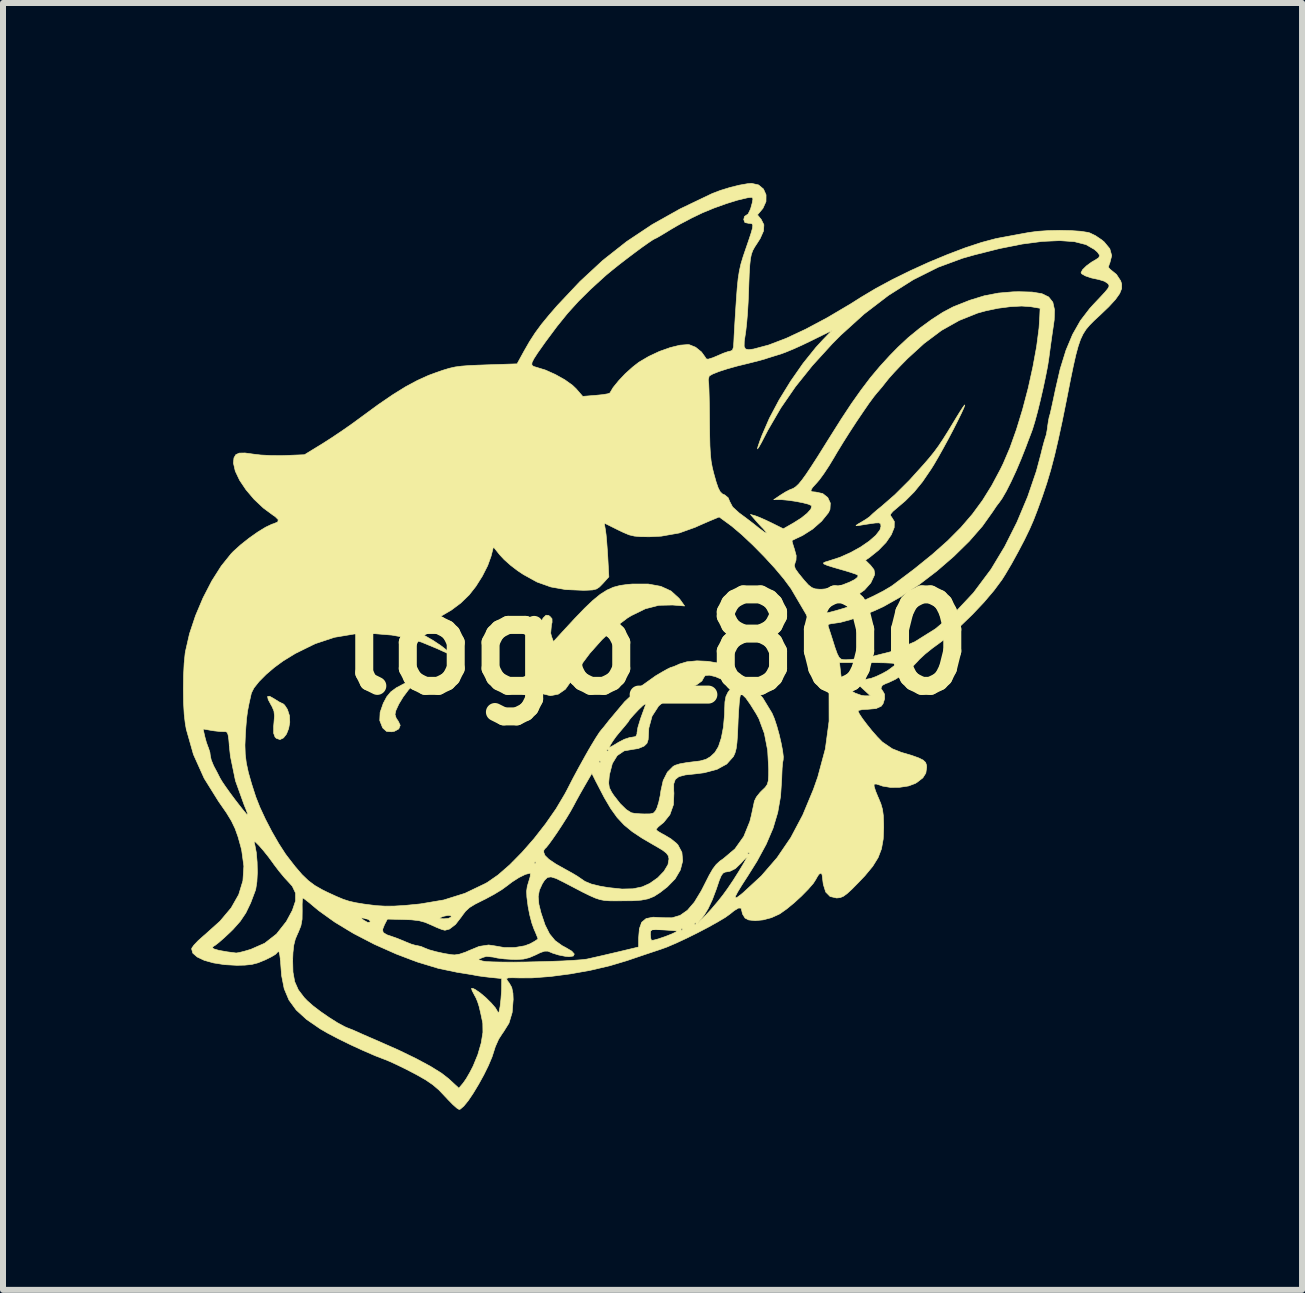
<source format=kicad_pcb>
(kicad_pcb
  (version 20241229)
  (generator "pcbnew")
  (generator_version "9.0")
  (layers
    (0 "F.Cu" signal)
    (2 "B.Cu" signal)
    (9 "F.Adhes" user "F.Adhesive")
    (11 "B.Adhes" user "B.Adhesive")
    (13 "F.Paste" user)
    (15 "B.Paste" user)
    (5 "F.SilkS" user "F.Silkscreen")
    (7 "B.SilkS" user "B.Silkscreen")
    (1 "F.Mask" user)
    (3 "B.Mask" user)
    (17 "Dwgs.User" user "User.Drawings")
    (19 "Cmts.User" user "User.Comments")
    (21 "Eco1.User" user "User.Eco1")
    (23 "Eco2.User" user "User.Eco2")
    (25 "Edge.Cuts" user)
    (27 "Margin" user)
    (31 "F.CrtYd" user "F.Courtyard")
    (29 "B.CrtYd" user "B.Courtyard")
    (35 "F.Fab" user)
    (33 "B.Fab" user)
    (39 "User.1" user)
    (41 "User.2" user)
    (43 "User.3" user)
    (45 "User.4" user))
  (footprint "logo_800"
    (layer "F.Cu")
    (at 7.881 7.688)
    (property "Reference" "logo_800" (at 0 0 0) (layer "F.SilkS") (effects (font (size 1.524 1.524) (thickness 0.3))))
    (attr through_hole)
    (fp_poly (pts (xy -6.363 0.905) (xy -6.361 0.906) (xy -6.285 0.954) (xy -6.23 0.982) (xy -6.219 0.984) (xy -6.189 1.01) (xy -6.148 1.072) (xy -6.141 1.085) (xy -6.108 1.187) (xy -6.103 1.296) (xy -6.122 1.401) (xy -6.158 1.492) (xy -6.208 1.556) (xy -6.266 1.584) (xy -6.327 1.563) (xy -6.349 1.541) (xy -6.372 1.478) (xy -6.372 1.366) (xy -6.367 1.308) (xy -6.358 1.19) (xy -6.367 1.108) (xy -6.398 1.035) (xy -6.411 1.013) (xy -6.463 0.916) (xy -6.473 0.866) (xy -6.439 0.862) (xy -6.363 0.905)) (stroke (width 0.01) (type solid)) (fill yes) (layer "F.SilkS"))
    (fp_poly (pts (xy -3.965 0.588) (xy -4.027 0.651) (xy -4.038 0.661) (xy -4.126 0.756) (xy -4.213 0.872) (xy -4.286 0.992) (xy -4.335 1.098) (xy -4.35 1.164) (xy -4.33 1.228) (xy -4.296 1.277) (xy -4.263 1.346) (xy -4.287 1.406) (xy -4.36 1.446) (xy -4.407 1.454) (xy -4.49 1.448) (xy -4.549 1.396) (xy -4.559 1.381) (xy -4.604 1.266) (xy -4.598 1.131) (xy -4.545 0.979) (xy -4.487 0.87) (xy -4.421 0.79) (xy -4.328 0.721) (xy -4.207 0.657) (xy -4.069 0.592) (xy -3.984 0.558) (xy -3.951 0.557) (xy -3.965 0.588)) (stroke (width 0.01) (type solid)) (fill yes) (layer "F.SilkS"))
    (fp_poly (pts (xy -0.133 -1.008) (xy 0.079 -0.969) (xy 0.249 -0.891) (xy 0.382 -0.77) (xy 0.411 -0.733) (xy 0.475 -0.642) (xy 0.275 -0.658) (xy 0.045 -0.653) (xy -0.18 -0.595) (xy -0.411 -0.482) (xy -0.477 -0.442) (xy -0.687 -0.283) (xy -0.901 -0.081) (xy -1.104 0.147) (xy -1.283 0.386) (xy -1.418 0.614) (xy -1.512 0.746) (xy -1.629 0.827) (xy -1.759 0.853) (xy -1.894 0.82) (xy -1.895 0.82) (xy -1.963 0.764) (xy -2.009 0.668) (xy -2.037 0.525) (xy -2.047 0.329) (xy -2.047 0.286) (xy -2.035 0.051) (xy -2 -0.158) (xy -1.947 -0.328) (xy -1.881 -0.442) (xy -1.834 -0.488) (xy -1.793 -0.485) (xy -1.77 -0.47) (xy -1.734 -0.429) (xy -1.733 -0.37) (xy -1.744 -0.323) (xy -1.756 -0.189) (xy -1.742 -0.133) (xy -1.71 -0.048) (xy -1.551 -0.222) (xy -1.353 -0.436) (xy -1.189 -0.606) (xy -1.051 -0.737) (xy -0.93 -0.836) (xy -0.819 -0.906) (xy -0.712 -0.954) (xy -0.599 -0.984) (xy -0.473 -1.001) (xy -0.391 -1.008) (xy -0.133 -1.008)) (stroke (width 0.01) (type solid)) (fill yes) (layer "F.SilkS"))
    (fp_poly (pts (xy 1.707 -7.657) (xy 1.789 -7.589) (xy 1.832 -7.492) (xy 1.831 -7.38) (xy 1.78 -7.267) (xy 1.765 -7.249) (xy 1.689 -7.158) (xy 1.752 -7.081) (xy 1.796 -6.993) (xy 1.79 -6.89) (xy 1.734 -6.764) (xy 1.685 -6.687) (xy 1.643 -6.623) (xy 1.611 -6.565) (xy 1.588 -6.503) (xy 1.572 -6.425) (xy 1.561 -6.321) (xy 1.552 -6.179) (xy 1.545 -5.989) (xy 1.542 -5.897) (xy 1.534 -5.705) (xy 1.523 -5.518) (xy 1.509 -5.352) (xy 1.495 -5.226) (xy 1.49 -5.19) (xy 1.469 -5.052) (xy 1.467 -4.966) (xy 1.49 -4.923) (xy 1.543 -4.912) (xy 1.625 -4.923) (xy 1.876 -4.99) (xy 2.167 -5.101) (xy 2.494 -5.254) (xy 2.854 -5.446) (xy 3.243 -5.676) (xy 3.413 -5.784) (xy 3.658 -5.93) (xy 3.936 -6.08) (xy 4.237 -6.228) (xy 4.549 -6.37) (xy 4.858 -6.498) (xy 5.153 -6.61) (xy 5.423 -6.699) (xy 5.655 -6.761) (xy 5.715 -6.773) (xy 5.877 -6.803) (xy 6.049 -6.835) (xy 6.197 -6.862) (xy 6.207 -6.864) (xy 6.357 -6.884) (xy 6.536 -6.896) (xy 6.726 -6.9) (xy 6.911 -6.896) (xy 7.073 -6.885) (xy 7.195 -6.866) (xy 7.224 -6.858) (xy 7.32 -6.812) (xy 7.425 -6.741) (xy 7.465 -6.708) (xy 7.559 -6.594) (xy 7.591 -6.479) (xy 7.56 -6.358) (xy 7.553 -6.343) (xy 7.535 -6.287) (xy 7.564 -6.251) (xy 7.569 -6.248) (xy 7.67 -6.166) (xy 7.74 -6.059) (xy 7.757 -6.006) (xy 7.757 -5.931) (xy 7.724 -5.848) (xy 7.654 -5.749) (xy 7.542 -5.627) (xy 7.384 -5.476) (xy 7.379 -5.472) (xy 7.293 -5.392) (xy 7.222 -5.32) (xy 7.163 -5.25) (xy 7.114 -5.173) (xy 7.071 -5.082) (xy 7.032 -4.968) (xy 6.993 -4.824) (xy 6.952 -4.643) (xy 6.905 -4.416) (xy 6.85 -4.136) (xy 6.839 -4.08) (xy 6.767 -3.723) (xy 6.701 -3.418) (xy 6.639 -3.151) (xy 6.576 -2.911) (xy 6.509 -2.686) (xy 6.435 -2.465) (xy 6.351 -2.234) (xy 6.288 -2.071) (xy 6.224 -1.924) (xy 6.136 -1.742) (xy 6.032 -1.544) (xy 5.924 -1.347) (xy 5.82 -1.171) (xy 5.762 -1.079) (xy 5.629 -0.9) (xy 5.46 -0.701) (xy 5.27 -0.5) (xy 5.072 -0.309) (xy 4.882 -0.144) (xy 4.733 -0.033) (xy 4.604 0.061) (xy 4.482 0.159) (xy 4.387 0.247) (xy 4.354 0.284) (xy 4.252 0.39) (xy 4.122 0.494) (xy 3.985 0.581) (xy 3.862 0.639) (xy 3.834 0.647) (xy 3.768 0.681) (xy 3.746 0.73) (xy 3.776 0.776) (xy 3.778 0.778) (xy 3.806 0.828) (xy 3.807 0.906) (xy 3.782 0.985) (xy 3.752 1.027) (xy 3.665 1.067) (xy 3.53 1.079) (xy 3.437 1.084) (xy 3.378 1.097) (xy 3.365 1.108) (xy 3.385 1.154) (xy 3.437 1.233) (xy 3.512 1.332) (xy 3.597 1.438) (xy 3.684 1.537) (xy 3.761 1.616) (xy 3.772 1.626) (xy 3.935 1.737) (xy 4.086 1.797) (xy 4.257 1.847) (xy 4.374 1.889) (xy 4.449 1.926) (xy 4.49 1.965) (xy 4.506 2.012) (xy 4.508 2.045) (xy 4.494 2.143) (xy 4.444 2.222) (xy 4.347 2.297) (xy 4.318 2.315) (xy 4.205 2.357) (xy 4.059 2.379) (xy 3.906 2.381) (xy 3.773 2.359) (xy 3.732 2.344) (xy 3.667 2.324) (xy 3.631 2.328) (xy 3.633 2.365) (xy 3.657 2.442) (xy 3.699 2.544) (xy 3.701 2.547) (xy 3.745 2.653) (xy 3.772 2.747) (xy 3.786 2.851) (xy 3.791 2.987) (xy 3.792 3.048) (xy 3.784 3.242) (xy 3.755 3.405) (xy 3.699 3.551) (xy 3.609 3.696) (xy 3.479 3.853) (xy 3.375 3.962) (xy 3.262 4.077) (xy 3.18 4.152) (xy 3.119 4.196) (xy 3.067 4.217) (xy 3.012 4.223) (xy 3.006 4.223) (xy 2.899 4.198) (xy 2.826 4.124) (xy 2.786 3.997) (xy 2.782 3.967) (xy 2.772 3.886) (xy 2.766 3.836) (xy 2.766 3.834) (xy 2.746 3.808) (xy 2.711 3.83) (xy 2.672 3.893) (xy 2.667 3.905) (xy 2.62 3.979) (xy 2.534 4.078) (xy 2.423 4.191) (xy 2.3 4.304) (xy 2.177 4.405) (xy 2.067 4.483) (xy 2.05 4.493) (xy 1.922 4.551) (xy 1.783 4.588) (xy 1.651 4.601) (xy 1.542 4.589) (xy 1.482 4.558) (xy 1.44 4.49) (xy 1.429 4.443) (xy 1.416 4.393) (xy 1.375 4.39) (xy 1.301 4.434) (xy 1.237 4.486) (xy 1.154 4.546) (xy 1.025 4.623) (xy 0.865 4.712) (xy 0.687 4.805) (xy 0.505 4.895) (xy 0.331 4.976) (xy 0.179 5.041) (xy 0.079 5.077) (xy -0.029 5.113) (xy -0.176 5.162) (xy -0.342 5.218) (xy -0.486 5.267) (xy -0.774 5.353) (xy -1.095 5.428) (xy -1.43 5.488) (xy -1.759 5.531) (xy -2.063 5.554) (xy -2.269 5.555) (xy -2.394 5.552) (xy -2.465 5.554) (xy -2.491 5.567) (xy -2.481 5.595) (xy -2.447 5.64) (xy -2.405 5.714) (xy -2.385 5.811) (xy -2.381 5.914) (xy -2.398 6.131) (xy -2.451 6.308) (xy -2.546 6.46) (xy -2.554 6.469) (xy -2.623 6.576) (xy -2.679 6.702) (xy -2.693 6.747) (xy -2.733 6.871) (xy -2.794 7.016) (xy -2.871 7.172) (xy -2.957 7.328) (xy -3.045 7.474) (xy -3.129 7.599) (xy -3.204 7.691) (xy -3.262 7.741) (xy -3.281 7.747) (xy -3.318 7.725) (xy -3.386 7.665) (xy -3.471 7.578) (xy -3.513 7.533) (xy -3.617 7.423) (xy -3.72 7.335) (xy -3.84 7.253) (xy -3.995 7.165) (xy -4.035 7.144) (xy -4.182 7.068) (xy -4.324 6.999) (xy -4.442 6.945) (xy -4.508 6.918) (xy -4.679 6.852) (xy -4.878 6.766) (xy -5.089 6.669) (xy -5.293 6.569) (xy -5.472 6.475) (xy -5.595 6.404) (xy -5.823 6.247) (xy -5.995 6.09) (xy -6.117 5.923) (xy -6.196 5.735) (xy -6.239 5.517) (xy -6.249 5.39) (xy -6.258 5.266) (xy -6.259 5.255) (xy -6.055 5.255) (xy -6.05 5.458) (xy -6.021 5.618) (xy -5.961 5.753) (xy -5.864 5.881) (xy -5.812 5.935) (xy -5.716 6.02) (xy -5.589 6.117) (xy -5.447 6.215) (xy -5.309 6.302) (xy -5.193 6.365) (xy -5.148 6.385) (xy -5.056 6.421) (xy -4.969 6.459) (xy -4.894 6.493) (xy -4.782 6.542) (xy -4.656 6.596) (xy -4.636 6.605) (xy -4.292 6.757) (xy -3.999 6.899) (xy -3.759 7.028) (xy -3.574 7.143) (xy -3.455 7.236) (xy -3.286 7.392) (xy -3.215 7.308) (xy -3.164 7.235) (xy -3.102 7.128) (xy -3.048 7.023) (xy -2.97 6.833) (xy -2.914 6.64) (xy -2.885 6.462) (xy -2.887 6.316) (xy -2.89 6.295) (xy -2.923 6.139) (xy -2.949 6.029) (xy -2.974 5.951) (xy -3.001 5.887) (xy -3.022 5.849) (xy -3.065 5.766) (xy -3.075 5.729) (xy -3.049 5.731) (xy -3.012 5.749) (xy -2.932 5.804) (xy -2.838 5.883) (xy -2.748 5.972) (xy -2.678 6.053) (xy -2.646 6.107) (xy -2.63 6.138) (xy -2.617 6.12) (xy -2.602 6.046) (xy -2.599 6.032) (xy -2.585 5.909) (xy -2.575 5.771) (xy -2.574 5.727) (xy -2.572 5.565) (xy -2.754 5.547) (xy -2.866 5.534) (xy -2.96 5.521) (xy -3 5.514) (xy -3.061 5.502) (xy -3.165 5.485) (xy -3.29 5.465) (xy -3.311 5.462) (xy -3.627 5.396) (xy -3.973 5.291) (xy -4.089 5.248) (xy -2.969 5.248) (xy -2.889 5.274) (xy -2.828 5.283) (xy -2.715 5.288) (xy -2.56 5.291) (xy -2.375 5.292) (xy -2.171 5.29) (xy -1.958 5.285) (xy -1.747 5.279) (xy -1.55 5.272) (xy -1.378 5.262) (xy -1.241 5.252) (xy -1.151 5.241) (xy -1.143 5.239) (xy -1.036 5.215) (xy -0.891 5.182) (xy -0.729 5.144) (xy -0.63 5.121) (xy -0.292 5.04) (xy -0.291 4.892) (xy -0.286 4.827) (xy -0.095 4.827) (xy -0.089 4.895) (xy -0.078 4.928) (xy -0.042 4.926) (xy 0.037 4.905) (xy 0.143 4.869) (xy 0.162 4.862) (xy 0.263 4.822) (xy 0.328 4.791) (xy 0.347 4.774) (xy 0.344 4.772) (xy 0.291 4.767) (xy 0.197 4.76) (xy 0.103 4.754) (xy -0.005 4.749) (xy -0.064 4.753) (xy -0.089 4.772) (xy -0.095 4.811) (xy -0.095 4.827) (xy -0.286 4.827) (xy -0.279 4.747) (xy 0.413 4.747) (xy 0.429 4.763) (xy 0.445 4.747) (xy 0.429 4.731) (xy 0.413 4.747) (xy -0.279 4.747) (xy -0.278 4.734) (xy -0.248 4.651) (xy 0.635 4.651) (xy 0.651 4.667) (xy 0.667 4.651) (xy 0.691 4.651) (xy 0.83 4.508) (xy 0.923 4.406) (xy 1.029 4.281) (xy 1.113 4.175) (xy 1.195 4.062) (xy 1.288 3.924) (xy 1.38 3.778) (xy 1.46 3.645) (xy 1.516 3.544) (xy 1.518 3.54) (xy 1.508 3.544) (xy 1.466 3.586) (xy 1.417 3.641) (xy 1.32 3.734) (xy 1.232 3.778) (xy 1.198 3.784) (xy 1.15 3.792) (xy 1.114 3.811) (xy 1.084 3.854) (xy 1.052 3.931) (xy 1.01 4.056) (xy 1 4.085) (xy 0.937 4.252) (xy 0.867 4.401) (xy 0.8 4.511) (xy 0.798 4.513) (xy 0.691 4.651) (xy 0.667 4.651) (xy 0.651 4.636) (xy 0.635 4.651) (xy -0.248 4.651) (xy -0.24 4.628) (xy -0.166 4.566) (xy -0.05 4.543) (xy 0.115 4.552) (xy 0.267 4.553) (xy 0.401 4.513) (xy 0.522 4.428) (xy 0.638 4.293) (xy 0.754 4.102) (xy 0.81 3.992) (xy 0.885 3.844) (xy 0.945 3.74) (xy 1 3.667) (xy 1.06 3.611) (xy 1.121 3.568) (xy 1.229 3.477) (xy 1.524 3.477) (xy 1.54 3.493) (xy 1.556 3.477) (xy 1.54 3.461) (xy 1.524 3.477) (xy 1.229 3.477) (xy 1.314 3.405) (xy 1.461 3.198) (xy 1.562 2.949) (xy 1.585 2.857) (xy 1.609 2.746) (xy 1.63 2.649) (xy 1.638 2.609) (xy 1.671 2.542) (xy 1.734 2.463) (xy 1.764 2.433) (xy 1.819 2.38) (xy 1.852 2.332) (xy 1.869 2.272) (xy 1.875 2.18) (xy 1.876 2.079) (xy 1.859 1.765) (xy 1.804 1.482) (xy 1.714 1.238) (xy 1.67 1.157) (xy 1.57 0.997) (xy 1.495 0.891) (xy 1.441 0.839) (xy 1.408 0.835) (xy 1.407 0.836) (xy 1.397 0.876) (xy 1.386 0.967) (xy 1.376 1.097) (xy 1.367 1.254) (xy 1.365 1.312) (xy 1.357 1.501) (xy 1.347 1.638) (xy 1.334 1.736) (xy 1.315 1.807) (xy 1.29 1.863) (xy 1.286 1.869) (xy 1.177 1.991) (xy 1.015 2.08) (xy 0.8 2.137) (xy 0.647 2.156) (xy 0.487 2.173) (xy 0.381 2.201) (xy 0.32 2.248) (xy 0.294 2.322) (xy 0.294 2.434) (xy 0.297 2.477) (xy 0.289 2.669) (xy 0.23 2.835) (xy 0.125 2.966) (xy 0.098 2.987) (xy 0.035 3.039) (xy 0.002 3.078) (xy 0 3.083) (xy 0.026 3.109) (xy 0.093 3.149) (xy 0.142 3.175) (xy 0.246 3.237) (xy 0.339 3.312) (xy 0.364 3.339) (xy 0.43 3.463) (xy 0.443 3.606) (xy 0.404 3.757) (xy 0.317 3.905) (xy 0.184 4.041) (xy 0.183 4.041) (xy 0.065 4.133) (xy -0.035 4.197) (xy -0.134 4.237) (xy -0.248 4.259) (xy -0.394 4.269) (xy -0.557 4.27) (xy -0.684 4.271) (xy -0.781 4.27) (xy -0.861 4.264) (xy -0.935 4.25) (xy -1.013 4.224) (xy -1.106 4.183) (xy -1.226 4.124) (xy -1.383 4.042) (xy -1.54 3.96) (xy -1.665 3.898) (xy -1.75 3.872) (xy -1.809 3.88) (xy -1.857 3.926) (xy -1.895 3.985) (xy -1.945 4.094) (xy -1.964 4.201) (xy -1.953 4.327) (xy -1.917 4.472) (xy -1.85 4.672) (xy -1.775 4.821) (xy -1.683 4.933) (xy -1.565 5.018) (xy -1.503 5.051) (xy -1.405 5.109) (xy -1.363 5.157) (xy -1.379 5.19) (xy -1.45 5.201) (xy -1.513 5.195) (xy -1.624 5.173) (xy -1.724 5.142) (xy -1.749 5.131) (xy -1.804 5.109) (xy -1.857 5.109) (xy -1.928 5.133) (xy -2.006 5.171) (xy -2.113 5.217) (xy -2.21 5.241) (xy -2.326 5.248) (xy -2.403 5.246) (xy -2.53 5.238) (xy -2.641 5.224) (xy -2.713 5.208) (xy -2.826 5.196) (xy -2.881 5.212) (xy -2.969 5.248) (xy -4.089 5.248) (xy -4.333 5.155) (xy -4.693 4.995) (xy -5.038 4.816) (xy -5.151 4.748) (xy -4.557 4.748) (xy -4.547 4.798) (xy -4.486 4.836) (xy -4.421 4.858) (xy -4.313 4.896) (xy -4.195 4.944) (xy -4.168 4.956) (xy -4.076 4.993) (xy -4.002 5.014) (xy -3.983 5.016) (xy -3.916 5.031) (xy -3.863 5.054) (xy -3.783 5.086) (xy -3.663 5.119) (xy -3.531 5.148) (xy -3.409 5.168) (xy -3.356 5.172) (xy -3.274 5.159) (xy -3.171 5.124) (xy -3.134 5.107) (xy -2.948 5.03) (xy -2.79 5.006) (xy -2.689 5.021) (xy -2.528 5.049) (xy -2.352 5.048) (xy -2.189 5.02) (xy -2.098 4.986) (xy -2.021 4.943) (xy -1.974 4.911) (xy -1.968 4.903) (xy -1.981 4.867) (xy -2.011 4.793) (xy -2.033 4.744) (xy -2.07 4.641) (xy -2.106 4.503) (xy -2.134 4.358) (xy -2.135 4.346) (xy -2.153 4.207) (xy -2.157 4.109) (xy -2.146 4.029) (xy -2.122 3.95) (xy -2.098 3.869) (xy -2.094 3.818) (xy -2.1 3.81) (xy -2.178 3.83) (xy -2.284 3.882) (xy -2.401 3.957) (xy -2.475 4.014) (xy -2.571 4.084) (xy -2.701 4.163) (xy -2.842 4.239) (xy -2.881 4.258) (xy -3.016 4.326) (xy -3.109 4.383) (xy -3.175 4.444) (xy -3.232 4.519) (xy -3.24 4.532) (xy -3.342 4.664) (xy -3.443 4.741) (xy -3.518 4.761) (xy -3.567 4.749) (xy -3.653 4.715) (xy -3.741 4.675) (xy -3.848 4.629) (xy -3.951 4.601) (xy -4.074 4.587) (xy -4.199 4.582) (xy -4.477 4.575) (xy -4.526 4.67) (xy -4.557 4.748) (xy -5.151 4.748) (xy -5.352 4.626) (xy -5.438 4.565) (xy -4.908 4.565) (xy -4.875 4.591) (xy -4.804 4.631) (xy -4.767 4.625) (xy -4.763 4.607) (xy -4.79 4.582) (xy -4.849 4.563) (xy -4.875 4.559) (xy -3.606 4.559) (xy -3.586 4.567) (xy -3.534 4.57) (xy -3.458 4.562) (xy -3.414 4.541) (xy -3.413 4.54) (xy -3.42 4.517) (xy -3.468 4.513) (xy -3.54 4.528) (xy -3.572 4.54) (xy -3.606 4.559) (xy -4.875 4.559) (xy -4.907 4.554) (xy -4.908 4.565) (xy -5.438 4.565) (xy -5.623 4.432) (xy -5.689 4.377) (xy -5.777 4.303) (xy -5.847 4.248) (xy -5.883 4.223) (xy -5.885 4.223) (xy -5.893 4.252) (xy -5.897 4.328) (xy -5.896 4.435) (xy -5.896 4.437) (xy -5.898 4.578) (xy -5.918 4.687) (xy -5.962 4.797) (xy -5.969 4.81) (xy -6.011 4.908) (xy -6.036 5.008) (xy -6.05 5.133) (xy -6.055 5.255) (xy -6.259 5.255) (xy -6.27 5.17) (xy -6.284 5.118) (xy -6.29 5.112) (xy -6.318 5.135) (xy -6.318 5.139) (xy -6.345 5.165) (xy -6.415 5.206) (xy -6.514 5.255) (xy -6.517 5.256) (xy -6.632 5.303) (xy -6.735 5.33) (xy -6.852 5.342) (xy -6.985 5.345) (xy -7.189 5.334) (xy -7.373 5.305) (xy -7.528 5.262) (xy -7.646 5.206) (xy -7.719 5.142) (xy -7.738 5.073) (xy -7.735 5.059) (xy -7.726 5.046) (xy -7.397 5.046) (xy -7.369 5.071) (xy -7.284 5.096) (xy -7.148 5.12) (xy -6.996 5.14) (xy -6.949 5.133) (xy -6.861 5.111) (xy -6.753 5.079) (xy -6.521 4.977) (xy -6.324 4.823) (xy -6.16 4.615) (xy -6.06 4.429) (xy -6.007 4.272) (xy -6.007 4.141) (xy -6.061 4.027) (xy -6.115 3.967) (xy -6.191 3.885) (xy -6.283 3.774) (xy -6.372 3.657) (xy -6.375 3.651) (xy -6.459 3.537) (xy -6.544 3.431) (xy -6.611 3.354) (xy -6.615 3.35) (xy -6.673 3.292) (xy -6.696 3.278) (xy -6.694 3.305) (xy -6.686 3.334) (xy -6.661 3.465) (xy -6.647 3.626) (xy -6.643 3.796) (xy -6.651 3.953) (xy -6.67 4.075) (xy -6.676 4.096) (xy -6.755 4.306) (xy -6.835 4.472) (xy -6.929 4.612) (xy -7.048 4.746) (xy -7.1 4.797) (xy -7.2 4.89) (xy -7.287 4.966) (xy -7.348 5.013) (xy -7.366 5.023) (xy -7.397 5.046) (xy -7.726 5.046) (xy -7.701 5.01) (xy -7.631 4.936) (xy -7.537 4.852) (xy -7.512 4.831) (xy -7.265 4.609) (xy -7.08 4.389) (xy -6.954 4.167) (xy -6.884 3.937) (xy -6.868 3.693) (xy -6.904 3.429) (xy -6.919 3.369) (xy -6.965 3.204) (xy -7.014 3.067) (xy -7.075 2.94) (xy -7.157 2.805) (xy -7.27 2.642) (xy -7.289 2.615) (xy -7.529 2.23) (xy -7.708 1.832) (xy -7.825 1.42) (xy -7.828 1.407) (xy -7.547 1.407) (xy -7.519 1.533) (xy -7.493 1.629) (xy -7.465 1.706) (xy -7.46 1.717) (xy -7.434 1.796) (xy -7.428 1.847) (xy -7.412 1.923) (xy -7.374 2.016) (xy -7.366 2.032) (xy -7.313 2.131) (xy -7.265 2.226) (xy -7.261 2.233) (xy -7.228 2.288) (xy -7.17 2.373) (xy -7.097 2.475) (xy -7.016 2.584) (xy -6.937 2.686) (xy -6.869 2.772) (xy -6.821 2.828) (xy -6.802 2.843) (xy -6.808 2.812) (xy -6.835 2.741) (xy -6.861 2.679) (xy -7.008 2.27) (xy -7.092 1.863) (xy -7.108 1.714) (xy -7.111 1.678) (xy -6.85 1.678) (xy -6.845 1.829) (xy -6.827 1.975) (xy -6.793 2.133) (xy -6.74 2.319) (xy -6.669 2.54) (xy -6.602 2.71) (xy -6.509 2.91) (xy -6.4 3.12) (xy -6.286 3.318) (xy -6.179 3.484) (xy -6.152 3.521) (xy -6.015 3.698) (xy -5.9 3.832) (xy -5.794 3.934) (xy -5.686 4.015) (xy -5.562 4.086) (xy -5.477 4.128) (xy -5.327 4.197) (xy -5.213 4.245) (xy -5.114 4.277) (xy -5.009 4.301) (xy -4.877 4.323) (xy -4.81 4.332) (xy -4.66 4.351) (xy -4.516 4.359) (xy -4.362 4.358) (xy -4.182 4.347) (xy -3.958 4.325) (xy -3.921 4.321) (xy -3.537 4.256) (xy -3.184 4.145) (xy -2.844 3.982) (xy -2.81 3.963) (xy -2.633 3.84) (xy -2.439 3.671) (xy -2.403 3.635) (xy -2.032 3.635) (xy -2.016 3.651) (xy -2 3.635) (xy -2.016 3.619) (xy -2.032 3.635) (xy -2.403 3.635) (xy -2.236 3.465) (xy -2.23 3.459) (xy -1.873 3.459) (xy -1.852 3.514) (xy -1.786 3.579) (xy -1.669 3.658) (xy -1.499 3.753) (xy -1.396 3.81) (xy -1.312 3.86) (xy -1.27 3.889) (xy -1.185 3.947) (xy -1.079 3.991) (xy -0.936 4.026) (xy -0.795 4.05) (xy -0.568 4.074) (xy -0.385 4.07) (xy -0.232 4.038) (xy -0.106 3.981) (xy 0.027 3.887) (xy 0.132 3.778) (xy 0.198 3.668) (xy 0.215 3.572) (xy 0.204 3.521) (xy 0.172 3.476) (xy 0.109 3.427) (xy 0.004 3.364) (xy -0.032 3.344) (xy -0.234 3.226) (xy -0.398 3.117) (xy -0.532 3.007) (xy -0.648 2.883) (xy -0.755 2.734) (xy -0.863 2.551) (xy -0.983 2.32) (xy -0.989 2.308) (xy -0.79 2.308) (xy -0.779 2.385) (xy -0.741 2.46) (xy -0.706 2.513) (xy -0.599 2.65) (xy -0.497 2.75) (xy -0.413 2.803) (xy -0.355 2.814) (xy -0.26 2.821) (xy -0.198 2.823) (xy -0.099 2.822) (xy -0.043 2.808) (xy -0.009 2.771) (xy 0.015 2.723) (xy 0.044 2.631) (xy 0.07 2.51) (xy 0.08 2.438) (xy 0.118 2.267) (xy 0.189 2.126) (xy 0.285 2.03) (xy 0.319 2.012) (xy 0.392 1.989) (xy 0.502 1.969) (xy 0.595 1.957) (xy 0.734 1.94) (xy 0.831 1.913) (xy 0.907 1.868) (xy 0.98 1.799) (xy 1.039 1.702) (xy 1.087 1.556) (xy 1.122 1.374) (xy 1.14 1.17) (xy 1.142 1.092) (xy 1.147 0.956) (xy 1.164 0.865) (xy 1.196 0.799) (xy 1.206 0.785) (xy 1.25 0.724) (xy 1.27 0.687) (xy 1.27 0.686) (xy 1.244 0.663) (xy 1.177 0.622) (xy 1.112 0.588) (xy 0.988 0.535) (xy 0.886 0.511) (xy 0.818 0.517) (xy 0.794 0.552) (xy 0.763 0.608) (xy 0.676 0.671) (xy 0.536 0.739) (xy 0.414 0.786) (xy 0.203 0.888) (xy 0.042 1.025) (xy -0.067 1.194) (xy -0.121 1.392) (xy -0.126 1.481) (xy -0.132 1.584) (xy -0.152 1.646) (xy -0.196 1.689) (xy -0.205 1.695) (xy -0.297 1.733) (xy -0.381 1.746) (xy -0.532 1.772) (xy -0.648 1.851) (xy -0.729 1.983) (xy -0.777 2.169) (xy -0.781 2.2) (xy -0.79 2.308) (xy -0.989 2.308) (xy -1 2.288) (xy -1.07 2.147) (xy -1.198 2.368) (xy -1.267 2.489) (xy -1.331 2.605) (xy -1.377 2.692) (xy -1.381 2.699) (xy -1.427 2.782) (xy -1.492 2.89) (xy -1.569 3.011) (xy -1.649 3.133) (xy -1.726 3.244) (xy -1.79 3.332) (xy -1.834 3.386) (xy -1.848 3.397) (xy -1.869 3.424) (xy -1.873 3.459) (xy -2.23 3.459) (xy -2.033 3.234) (xy -1.841 2.988) (xy -1.667 2.738) (xy -1.522 2.494) (xy -1.487 2.429) (xy -1.387 2.234) (xy -1.282 2.039) (xy -1.234 1.953) (xy -0.953 1.953) (xy -0.937 1.968) (xy -0.921 1.953) (xy -0.937 1.937) (xy -0.953 1.953) (xy -1.234 1.953) (xy -1.18 1.855) (xy -1.127 1.762) (xy -0.826 1.762) (xy -0.81 1.778) (xy -0.794 1.762) (xy -0.81 1.746) (xy -0.826 1.762) (xy -1.127 1.762) (xy -1.097 1.711) (xy -0.78 1.711) (xy -0.778 1.714) (xy -0.743 1.699) (xy -0.674 1.659) (xy -0.627 1.63) (xy -0.529 1.579) (xy -0.437 1.549) (xy -0.405 1.545) (xy -0.34 1.534) (xy -0.318 1.492) (xy -0.318 1.47) (xy -0.303 1.381) (xy -0.259 1.236) (xy -0.187 1.037) (xy -0.173 1) (xy -0.18 0.989) (xy -0.221 1.018) (xy -0.288 1.082) (xy -0.297 1.091) (xy -0.371 1.17) (xy -0.424 1.23) (xy -0.445 1.257) (xy -0.445 1.257) (xy -0.466 1.291) (xy -0.528 1.367) (xy -0.619 1.474) (xy -0.67 1.537) (xy -0.721 1.609) (xy -0.761 1.673) (xy -0.78 1.711) (xy -1.097 1.711) (xy -1.085 1.69) (xy -1.004 1.556) (xy -0.942 1.461) (xy -0.912 1.423) (xy -0.869 1.372) (xy -0.809 1.296) (xy -0.789 1.27) (xy -0.524 0.954) (xy -0.251 0.696) (xy -0.007 0.522) (xy 0.101 0.458) (xy 0.189 0.409) (xy 0.242 0.383) (xy 0.25 0.381) (xy 0.293 0.368) (xy 0.367 0.336) (xy 0.384 0.327) (xy 0.513 0.288) (xy 0.68 0.272) (xy 0.862 0.28) (xy 1.04 0.31) (xy 1.185 0.359) (xy 1.394 0.485) (xy 1.594 0.666) (xy 1.779 0.893) (xy 1.931 1.143) (xy 1.97 1.234) (xy 2.011 1.358) (xy 2.05 1.498) (xy 2.083 1.64) (xy 2.108 1.77) (xy 2.12 1.871) (xy 2.117 1.928) (xy 2.115 1.931) (xy 2.108 1.972) (xy 2.1 2.06) (xy 2.095 2.18) (xy 2.093 2.235) (xy 2.074 2.528) (xy 2.027 2.798) (xy 1.949 3.06) (xy 1.835 3.327) (xy 1.681 3.611) (xy 1.534 3.846) (xy 1.428 4.01) (xy 1.358 4.125) (xy 1.322 4.195) (xy 1.32 4.223) (xy 1.35 4.213) (xy 1.411 4.168) (xy 1.453 4.133) (xy 1.754 3.855) (xy 2.016 3.552) (xy 2.245 3.216) (xy 2.444 2.84) (xy 2.621 2.415) (xy 2.694 2.207) (xy 2.82 1.739) (xy 2.882 1.278) (xy 2.881 0.823) (xy 2.816 0.374) (xy 2.796 0.302) (xy 3.056 0.302) (xy 3.07 0.429) (xy 3.082 0.529) (xy 3.095 0.613) (xy 3.097 0.624) (xy 3.136 0.686) (xy 3.216 0.752) (xy 3.317 0.81) (xy 3.42 0.847) (xy 3.477 0.855) (xy 3.572 0.855) (xy 3.421 0.716) (xy 3.344 0.642) (xy 3.289 0.587) (xy 3.27 0.562) (xy 3.298 0.558) (xy 3.365 0.568) (xy 3.388 0.573) (xy 3.483 0.583) (xy 3.582 0.564) (xy 3.666 0.533) (xy 3.769 0.484) (xy 3.857 0.435) (xy 3.889 0.412) (xy 3.96 0.359) (xy 4.006 0.33) (xy 3.998 0.319) (xy 3.93 0.311) (xy 3.809 0.305) (xy 3.637 0.302) (xy 3.558 0.302) (xy 3.056 0.302) (xy 2.796 0.302) (xy 2.689 -0.069) (xy 2.498 -0.506) (xy 2.245 -0.937) (xy 2.244 -0.937) (xy 2.128 -1.094) (xy 1.975 -1.276) (xy 1.798 -1.468) (xy 1.612 -1.657) (xy 1.532 -1.732) (xy 2.264 -1.732) (xy 2.269 -1.703) (xy 2.29 -1.633) (xy 2.305 -1.588) (xy 2.334 -1.481) (xy 2.331 -1.404) (xy 2.319 -1.372) (xy 2.303 -1.315) (xy 2.32 -1.26) (xy 2.373 -1.186) (xy 2.469 -1.068) (xy 2.538 -0.992) (xy 2.595 -0.948) (xy 2.651 -0.927) (xy 2.72 -0.921) (xy 2.76 -0.921) (xy 2.866 -0.931) (xy 2.986 -0.957) (xy 3.109 -0.994) (xy 3.221 -1.038) (xy 3.309 -1.082) (xy 3.36 -1.124) (xy 3.363 -1.156) (xy 3.363 -1.156) (xy 3.325 -1.173) (xy 3.243 -1.201) (xy 3.132 -1.235) (xy 3.109 -1.241) (xy 2.951 -1.287) (xy 2.849 -1.319) (xy 2.796 -1.342) (xy 2.788 -1.359) (xy 2.819 -1.375) (xy 2.883 -1.394) (xy 2.889 -1.396) (xy 3.067 -1.454) (xy 3.243 -1.533) (xy 3.407 -1.624) (xy 3.55 -1.722) (xy 3.66 -1.818) (xy 3.729 -1.907) (xy 3.747 -1.967) (xy 3.742 -2.01) (xy 3.716 -2.027) (xy 3.654 -2.025) (xy 3.596 -2.017) (xy 3.487 -2.001) (xy 3.391 -1.985) (xy 3.365 -1.981) (xy 3.331 -1.979) (xy 3.349 -1.998) (xy 3.413 -2.035) (xy 3.497 -2.086) (xy 3.559 -2.13) (xy 3.572 -2.143) (xy 3.613 -2.182) (xy 3.686 -2.245) (xy 3.76 -2.305) (xy 3.978 -2.495) (xy 4.22 -2.736) (xy 4.459 -3) (xy 4.553 -3.109) (xy 4.632 -3.207) (xy 4.705 -3.306) (xy 4.781 -3.42) (xy 4.87 -3.562) (xy 4.981 -3.745) (xy 4.991 -3.762) (xy 5.057 -3.869) (xy 5.108 -3.948) (xy 5.138 -3.989) (xy 5.143 -3.991) (xy 5.129 -3.946) (xy 5.088 -3.856) (xy 5.028 -3.733) (xy 4.954 -3.587) (xy 4.871 -3.429) (xy 4.785 -3.271) (xy 4.702 -3.123) (xy 4.628 -2.996) (xy 4.581 -2.921) (xy 4.438 -2.711) (xy 4.3 -2.542) (xy 4.154 -2.395) (xy 4.025 -2.285) (xy 3.944 -2.216) (xy 3.907 -2.172) (xy 3.908 -2.142) (xy 3.922 -2.126) (xy 3.969 -2.05) (xy 3.967 -1.948) (xy 3.919 -1.829) (xy 3.831 -1.7) (xy 3.705 -1.57) (xy 3.562 -1.455) (xy 3.488 -1.404) (xy 3.573 -1.32) (xy 3.63 -1.247) (xy 3.642 -1.179) (xy 3.636 -1.152) (xy 3.577 -1.026) (xy 3.472 -0.908) (xy 3.365 -0.832) (xy 3.261 -0.784) (xy 3.119 -0.735) (xy 2.967 -0.693) (xy 2.829 -0.664) (xy 2.79 -0.659) (xy 2.732 -0.646) (xy 2.724 -0.61) (xy 2.734 -0.579) (xy 2.75 -0.545) (xy 2.773 -0.526) (xy 2.816 -0.522) (xy 2.889 -0.536) (xy 3.002 -0.566) (xy 3.138 -0.606) (xy 3.279 -0.656) (xy 3.447 -0.726) (xy 3.621 -0.807) (xy 3.783 -0.89) (xy 3.912 -0.966) (xy 3.952 -0.994) (xy 4.302 -1.258) (xy 4.601 -1.5) (xy 4.858 -1.728) (xy 5.079 -1.95) (xy 5.27 -2.172) (xy 5.439 -2.402) (xy 5.592 -2.648) (xy 5.736 -2.918) (xy 5.784 -3.016) (xy 5.895 -3.276) (xy 6.004 -3.582) (xy 6.107 -3.919) (xy 6.2 -4.272) (xy 6.278 -4.626) (xy 6.34 -4.964) (xy 6.38 -5.272) (xy 6.392 -5.46) (xy 6.398 -5.602) (xy 6.239 -5.629) (xy 6.091 -5.639) (xy 5.903 -5.629) (xy 5.696 -5.602) (xy 5.491 -5.559) (xy 5.357 -5.522) (xy 5.05 -5.399) (xy 4.755 -5.233) (xy 4.464 -5.015) (xy 4.19 -4.765) (xy 4.074 -4.647) (xy 3.967 -4.534) (xy 3.882 -4.439) (xy 3.835 -4.381) (xy 3.765 -4.292) (xy 3.697 -4.212) (xy 3.685 -4.199) (xy 3.629 -4.13) (xy 3.547 -4.019) (xy 3.448 -3.875) (xy 3.337 -3.711) (xy 3.223 -3.536) (xy 3.113 -3.362) (xy 3.014 -3.2) (xy 2.965 -3.116) (xy 2.881 -2.977) (xy 2.796 -2.848) (xy 2.72 -2.744) (xy 2.68 -2.697) (xy 2.606 -2.616) (xy 2.578 -2.568) (xy 2.595 -2.546) (xy 2.657 -2.54) (xy 2.66 -2.54) (xy 2.776 -2.515) (xy 2.86 -2.449) (xy 2.903 -2.356) (xy 2.897 -2.25) (xy 2.871 -2.195) (xy 2.758 -2.055) (xy 2.608 -1.923) (xy 2.446 -1.82) (xy 2.427 -1.81) (xy 2.339 -1.769) (xy 2.28 -1.74) (xy 2.264 -1.732) (xy 1.532 -1.732) (xy 1.429 -1.829) (xy 1.264 -1.969) (xy 1.213 -2.007) (xy 1.051 -2.125) (xy 0.899 -2.062) (xy 0.788 -2.014) (xy 0.686 -1.969) (xy 0.651 -1.953) (xy 0.386 -1.858) (xy 0.086 -1.805) (xy -0.113 -1.795) (xy -0.257 -1.797) (xy -0.361 -1.806) (xy -0.45 -1.827) (xy -0.547 -1.868) (xy -0.633 -1.909) (xy -0.864 -2.024) (xy -0.844 -1.909) (xy -0.833 -1.828) (xy -0.822 -1.704) (xy -0.811 -1.555) (xy -0.805 -1.46) (xy -0.787 -1.127) (xy -0.887 -1.016) (xy -0.944 -0.958) (xy -0.994 -0.925) (xy -1.059 -0.909) (xy -1.159 -0.904) (xy -1.216 -0.903) (xy -1.505 -0.915) (xy -1.754 -0.959) (xy -1.984 -1.041) (xy -2.212 -1.167) (xy -2.308 -1.231) (xy -2.423 -1.319) (xy -2.532 -1.416) (xy -2.607 -1.497) (xy -2.71 -1.626) (xy -2.75 -1.469) (xy -2.806 -1.314) (xy -2.895 -1.139) (xy -3.003 -0.968) (xy -3.116 -0.824) (xy -3.118 -0.823) (xy -3.255 -0.69) (xy -3.413 -0.572) (xy -3.606 -0.459) (xy -3.759 -0.382) (xy -4.042 -0.246) (xy -3.839 -0.139) (xy -3.713 -0.066) (xy -3.59 0.016) (xy -3.508 0.079) (xy -3.381 0.19) (xy -3.651 0.067) (xy -3.91 -0.04) (xy -4.152 -0.112) (xy -4.404 -0.157) (xy -4.683 -0.18) (xy -5.029 -0.175) (xy -5.358 -0.12) (xy -5.681 -0.013) (xy -6.008 0.148) (xy -6.215 0.275) (xy -6.361 0.382) (xy -6.498 0.499) (xy -6.615 0.617) (xy -6.7 0.724) (xy -6.743 0.809) (xy -6.743 0.81) (xy -6.78 0.974) (xy -6.806 1.107) (xy -6.823 1.235) (xy -6.835 1.383) (xy -6.843 1.508) (xy -6.85 1.678) (xy -7.111 1.678) (xy -7.119 1.583) (xy -7.131 1.504) (xy -7.147 1.464) (xy -7.172 1.451) (xy -7.191 1.451) (xy -7.261 1.45) (xy -7.361 1.439) (xy -7.401 1.433) (xy -7.547 1.407) (xy -7.828 1.407) (xy -7.844 1.318) (xy -7.862 1.163) (xy -7.873 0.965) (xy -7.876 0.744) (xy -7.873 0.52) (xy -7.863 0.314) (xy -7.846 0.145) (xy -7.84 0.111) (xy -7.774 -0.178) (xy -7.674 -0.479) (xy -7.548 -0.777) (xy -7.403 -1.058) (xy -7.245 -1.307) (xy -7.082 -1.51) (xy -7.044 -1.55) (xy -6.921 -1.661) (xy -6.781 -1.772) (xy -6.638 -1.873) (xy -6.506 -1.954) (xy -6.401 -2.004) (xy -6.374 -2.012) (xy -6.304 -2.041) (xy -6.295 -2.08) (xy -6.347 -2.132) (xy -6.374 -2.149) (xy -6.543 -2.274) (xy -6.698 -2.42) (xy -6.832 -2.578) (xy -6.939 -2.737) (xy -7.011 -2.889) (xy -7.042 -3.024) (xy -7.033 -3.11) (xy -7.002 -3.163) (xy -6.945 -3.189) (xy -6.849 -3.191) (xy -6.71 -3.172) (xy -6.585 -3.157) (xy -6.424 -3.149) (xy -6.253 -3.147) (xy -6.182 -3.149) (xy -5.858 -3.162) (xy -5.556 -3.347) (xy -5.408 -3.442) (xy -5.232 -3.56) (xy -5.052 -3.686) (xy -4.905 -3.794) (xy -4.628 -3.997) (xy -4.388 -4.161) (xy -4.174 -4.294) (xy -3.978 -4.399) (xy -3.791 -4.484) (xy -3.674 -4.527) (xy -3.548 -4.571) (xy -3.445 -4.602) (xy -3.348 -4.624) (xy -3.241 -4.638) (xy -3.111 -4.648) (xy -2.949 -4.655) (xy -2.069 -4.655) (xy -2.042 -4.633) (xy -1.991 -4.618) (xy -1.991 -4.618) (xy -1.842 -4.572) (xy -1.679 -4.499) (xy -1.523 -4.412) (xy -1.394 -4.32) (xy -1.333 -4.262) (xy -1.222 -4.134) (xy -1 -4.152) (xy -0.889 -4.163) (xy -0.806 -4.177) (xy -0.769 -4.191) (xy -0.769 -4.192) (xy -0.716 -4.281) (xy -0.626 -4.392) (xy -0.61 -4.409) (xy 0.869 -4.409) (xy 0.872 -4.39) (xy 0.877 -4.347) (xy 0.881 -4.251) (xy 0.885 -4.113) (xy 0.888 -3.942) (xy 0.89 -3.749) (xy 0.89 -3.723) (xy 0.893 -3.491) (xy 0.897 -3.311) (xy 0.905 -3.169) (xy 0.917 -3.055) (xy 0.935 -2.956) (xy 0.958 -2.86) (xy 0.959 -2.857) (xy 1.001 -2.707) (xy 1.036 -2.606) (xy 1.069 -2.544) (xy 1.105 -2.509) (xy 1.144 -2.492) (xy 1.201 -2.445) (xy 1.227 -2.382) (xy 1.275 -2.291) (xy 1.383 -2.193) (xy 1.392 -2.186) (xy 1.499 -2.107) (xy 1.623 -2.012) (xy 1.714 -1.939) (xy 1.797 -1.877) (xy 1.837 -1.855) (xy 1.833 -1.874) (xy 1.782 -1.933) (xy 1.762 -1.953) (xy 1.721 -1.997) (xy 1.661 -2.064) (xy 1.651 -2.076) (xy 1.572 -2.167) (xy 1.651 -2.145) (xy 1.72 -2.119) (xy 1.822 -2.074) (xy 1.925 -2.025) (xy 2.12 -1.928) (xy 2.291 -2.026) (xy 2.419 -2.107) (xy 2.517 -2.186) (xy 2.578 -2.254) (xy 2.592 -2.304) (xy 2.586 -2.316) (xy 2.537 -2.338) (xy 2.444 -2.362) (xy 2.326 -2.385) (xy 2.203 -2.403) (xy 2.094 -2.413) (xy 2.069 -2.413) (xy 1.96 -2.413) (xy 2.072 -2.489) (xy 2.157 -2.542) (xy 2.229 -2.579) (xy 2.243 -2.584) (xy 2.286 -2.601) (xy 2.328 -2.629) (xy 2.375 -2.673) (xy 2.43 -2.74) (xy 2.499 -2.835) (xy 2.585 -2.964) (xy 2.694 -3.133) (xy 2.829 -3.349) (xy 2.889 -3.445) (xy 3.083 -3.753) (xy 3.256 -4.015) (xy 3.416 -4.241) (xy 3.569 -4.443) (xy 3.725 -4.629) (xy 3.891 -4.811) (xy 4.032 -4.955) (xy 4.2 -5.112) (xy 4.391 -5.268) (xy 4.589 -5.413) (xy 4.778 -5.535) (xy 4.941 -5.621) (xy 4.953 -5.627) (xy 5.225 -5.735) (xy 5.468 -5.81) (xy 5.702 -5.855) (xy 5.948 -5.876) (xy 6.044 -5.878) (xy 6.264 -5.872) (xy 6.428 -5.845) (xy 6.541 -5.79) (xy 6.61 -5.703) (xy 6.638 -5.577) (xy 6.633 -5.408) (xy 6.618 -5.302) (xy 6.596 -5.152) (xy 6.571 -4.974) (xy 6.548 -4.802) (xy 6.545 -4.778) (xy 6.524 -4.641) (xy 6.49 -4.467) (xy 6.449 -4.273) (xy 6.403 -4.073) (xy 6.356 -3.881) (xy 6.311 -3.715) (xy 6.272 -3.587) (xy 6.255 -3.54) (xy 6.231 -3.477) (xy 6.193 -3.378) (xy 6.159 -3.286) (xy 6.081 -3.089) (xy 5.998 -2.893) (xy 5.913 -2.71) (xy 5.833 -2.552) (xy 5.764 -2.433) (xy 5.721 -2.372) (xy 5.671 -2.307) (xy 5.614 -2.222) (xy 5.606 -2.21) (xy 5.436 -1.971) (xy 5.217 -1.72) (xy 4.96 -1.468) (xy 4.678 -1.224) (xy 4.381 -0.997) (xy 4.08 -0.797) (xy 3.788 -0.632) (xy 3.641 -0.564) (xy 3.43 -0.479) (xy 3.235 -0.413) (xy 3.068 -0.368) (xy 2.941 -0.35) (xy 2.927 -0.349) (xy 2.871 -0.336) (xy 2.865 -0.31) (xy 2.882 -0.259) (xy 2.911 -0.17) (xy 2.935 -0.095) (xy 2.982 0.054) (xy 3.018 0.154) (xy 3.048 0.213) (xy 3.081 0.243) (xy 3.122 0.253) (xy 3.167 0.254) (xy 3.247 0.249) (xy 3.37 0.235) (xy 3.513 0.214) (xy 3.584 0.203) (xy 3.953 0.109) (xy 4.311 -0.046) (xy 4.654 -0.261) (xy 4.981 -0.534) (xy 5.289 -0.863) (xy 5.576 -1.247) (xy 5.589 -1.267) (xy 5.808 -1.631) (xy 6.012 -2.037) (xy 6.191 -2.463) (xy 6.336 -2.888) (xy 6.41 -3.166) (xy 6.44 -3.288) (xy 6.467 -3.387) (xy 6.485 -3.446) (xy 6.488 -3.453) (xy 6.502 -3.499) (xy 6.517 -3.583) (xy 6.523 -3.633) (xy 6.537 -3.727) (xy 6.55 -3.792) (xy 6.555 -3.808) (xy 6.566 -3.845) (xy 6.586 -3.933) (xy 6.613 -4.057) (xy 6.645 -4.207) (xy 6.649 -4.228) (xy 6.733 -4.592) (xy 6.829 -4.902) (xy 6.94 -5.167) (xy 7.07 -5.396) (xy 7.225 -5.598) (xy 7.287 -5.666) (xy 7.402 -5.788) (xy 7.48 -5.872) (xy 7.525 -5.927) (xy 7.545 -5.963) (xy 7.545 -5.988) (xy 7.53 -6.01) (xy 7.526 -6.015) (xy 7.47 -6.052) (xy 7.383 -6.079) (xy 7.371 -6.082) (xy 7.25 -6.108) (xy 7.151 -6.142) (xy 7.092 -6.176) (xy 7.08 -6.195) (xy 7.105 -6.244) (xy 7.17 -6.308) (xy 7.257 -6.372) (xy 7.301 -6.397) (xy 7.373 -6.442) (xy 7.391 -6.483) (xy 7.355 -6.536) (xy 7.303 -6.582) (xy 7.162 -6.663) (xy 6.969 -6.712) (xy 6.725 -6.729) (xy 6.434 -6.716) (xy 6.099 -6.672) (xy 5.722 -6.597) (xy 5.305 -6.492) (xy 5.104 -6.435) (xy 4.698 -6.285) (xy 4.285 -6.078) (xy 3.872 -5.817) (xy 3.467 -5.507) (xy 3.075 -5.152) (xy 2.937 -5.013) (xy 2.605 -4.649) (xy 2.322 -4.296) (xy 2.078 -3.942) (xy 1.864 -3.574) (xy 1.825 -3.499) (xy 1.754 -3.362) (xy 1.708 -3.282) (xy 1.689 -3.259) (xy 1.696 -3.293) (xy 1.726 -3.383) (xy 1.764 -3.484) (xy 1.888 -3.77) (xy 2.051 -4.077) (xy 2.242 -4.387) (xy 2.449 -4.684) (xy 2.662 -4.949) (xy 2.771 -5.068) (xy 2.928 -5.231) (xy 2.583 -5.061) (xy 2.431 -4.988) (xy 2.282 -4.921) (xy 2.156 -4.869) (xy 2.08 -4.841) (xy 1.962 -4.805) (xy 1.85 -4.77) (xy 1.812 -4.757) (xy 1.716 -4.73) (xy 1.594 -4.699) (xy 1.526 -4.682) (xy 1.35 -4.639) (xy 1.186 -4.593) (xy 1.047 -4.548) (xy 0.944 -4.507) (xy 0.888 -4.475) (xy 0.884 -4.469) (xy 0.869 -4.409) (xy -0.61 -4.409) (xy -0.514 -4.511) (xy -0.392 -4.621) (xy -0.287 -4.703) (xy -0.124 -4.799) (xy 0.055 -4.883) (xy 0.235 -4.947) (xy 0.398 -4.987) (xy 0.53 -4.997) (xy 0.556 -4.994) (xy 0.658 -4.953) (xy 0.756 -4.874) (xy 0.823 -4.781) (xy 0.831 -4.762) (xy 0.865 -4.753) (xy 0.946 -4.778) (xy 1.017 -4.808) (xy 1.118 -4.852) (xy 1.202 -4.881) (xy 1.241 -4.889) (xy 1.272 -4.904) (xy 1.29 -4.958) (xy 1.296 -5.056) (xy 1.3 -5.147) (xy 1.308 -5.285) (xy 1.318 -5.454) (xy 1.33 -5.64) (xy 1.336 -5.731) (xy 1.351 -5.936) (xy 1.367 -6.095) (xy 1.387 -6.223) (xy 1.413 -6.339) (xy 1.449 -6.459) (xy 1.482 -6.556) (xy 1.542 -6.731) (xy 1.583 -6.855) (xy 1.606 -6.937) (xy 1.611 -6.985) (xy 1.6 -7.008) (xy 1.574 -7.016) (xy 1.544 -7.017) (xy 1.48 -7.03) (xy 1.461 -7.078) (xy 1.46 -7.08) (xy 1.473 -7.132) (xy 1.491 -7.144) (xy 1.534 -7.174) (xy 1.574 -7.257) (xy 1.602 -7.358) (xy 1.614 -7.427) (xy 1.596 -7.451) (xy 1.534 -7.445) (xy 1.519 -7.442) (xy 1.362 -7.405) (xy 1.171 -7.346) (xy 0.967 -7.273) (xy 0.773 -7.193) (xy 0.609 -7.114) (xy 0.603 -7.112) (xy 0.508 -7.061) (xy 0.421 -7.016) (xy 0.413 -7.012) (xy 0.343 -6.973) (xy 0.244 -6.915) (xy 0.166 -6.867) (xy 0.076 -6.813) (xy 0.01 -6.775) (xy -0.017 -6.763) (xy -0.052 -6.744) (xy -0.127 -6.694) (xy -0.232 -6.62) (xy -0.355 -6.529) (xy -0.486 -6.43) (xy -0.616 -6.33) (xy -0.733 -6.236) (xy -0.829 -6.157) (xy -0.855 -6.134) (xy -1.091 -5.919) (xy -1.292 -5.72) (xy -1.474 -5.519) (xy -1.652 -5.299) (xy -1.842 -5.044) (xy -1.876 -4.996) (xy -1.975 -4.856) (xy -2.038 -4.758) (xy -2.069 -4.694) (xy -2.069 -4.655) (xy -2.949 -4.655) (xy -2.94 -4.655) (xy -2.833 -4.659) (xy -2.316 -4.676) (xy -2.201 -4.886) (xy -2.108 -5.048) (xy -2.014 -5.193) (xy -1.908 -5.337) (xy -1.778 -5.495) (xy -1.646 -5.647) (xy -1.269 -6.047) (xy -0.888 -6.4) (xy -0.491 -6.713) (xy -0.066 -6.996) (xy 0.399 -7.257) (xy 0.915 -7.504) (xy 0.941 -7.516) (xy 1.073 -7.566) (xy 1.229 -7.614) (xy 1.386 -7.653) (xy 1.522 -7.677) (xy 1.591 -7.683) (xy 1.707 -7.657)) (stroke (width 0.01) (type solid)) (fill yes) (layer "F.SilkS")))
  (gr_rect
    (start -3 -3)
    (end 18.643 18.44)
    (stroke (width 0.1) (type default))
    (fill no)
    (layer "Edge.Cuts")))
</source>
